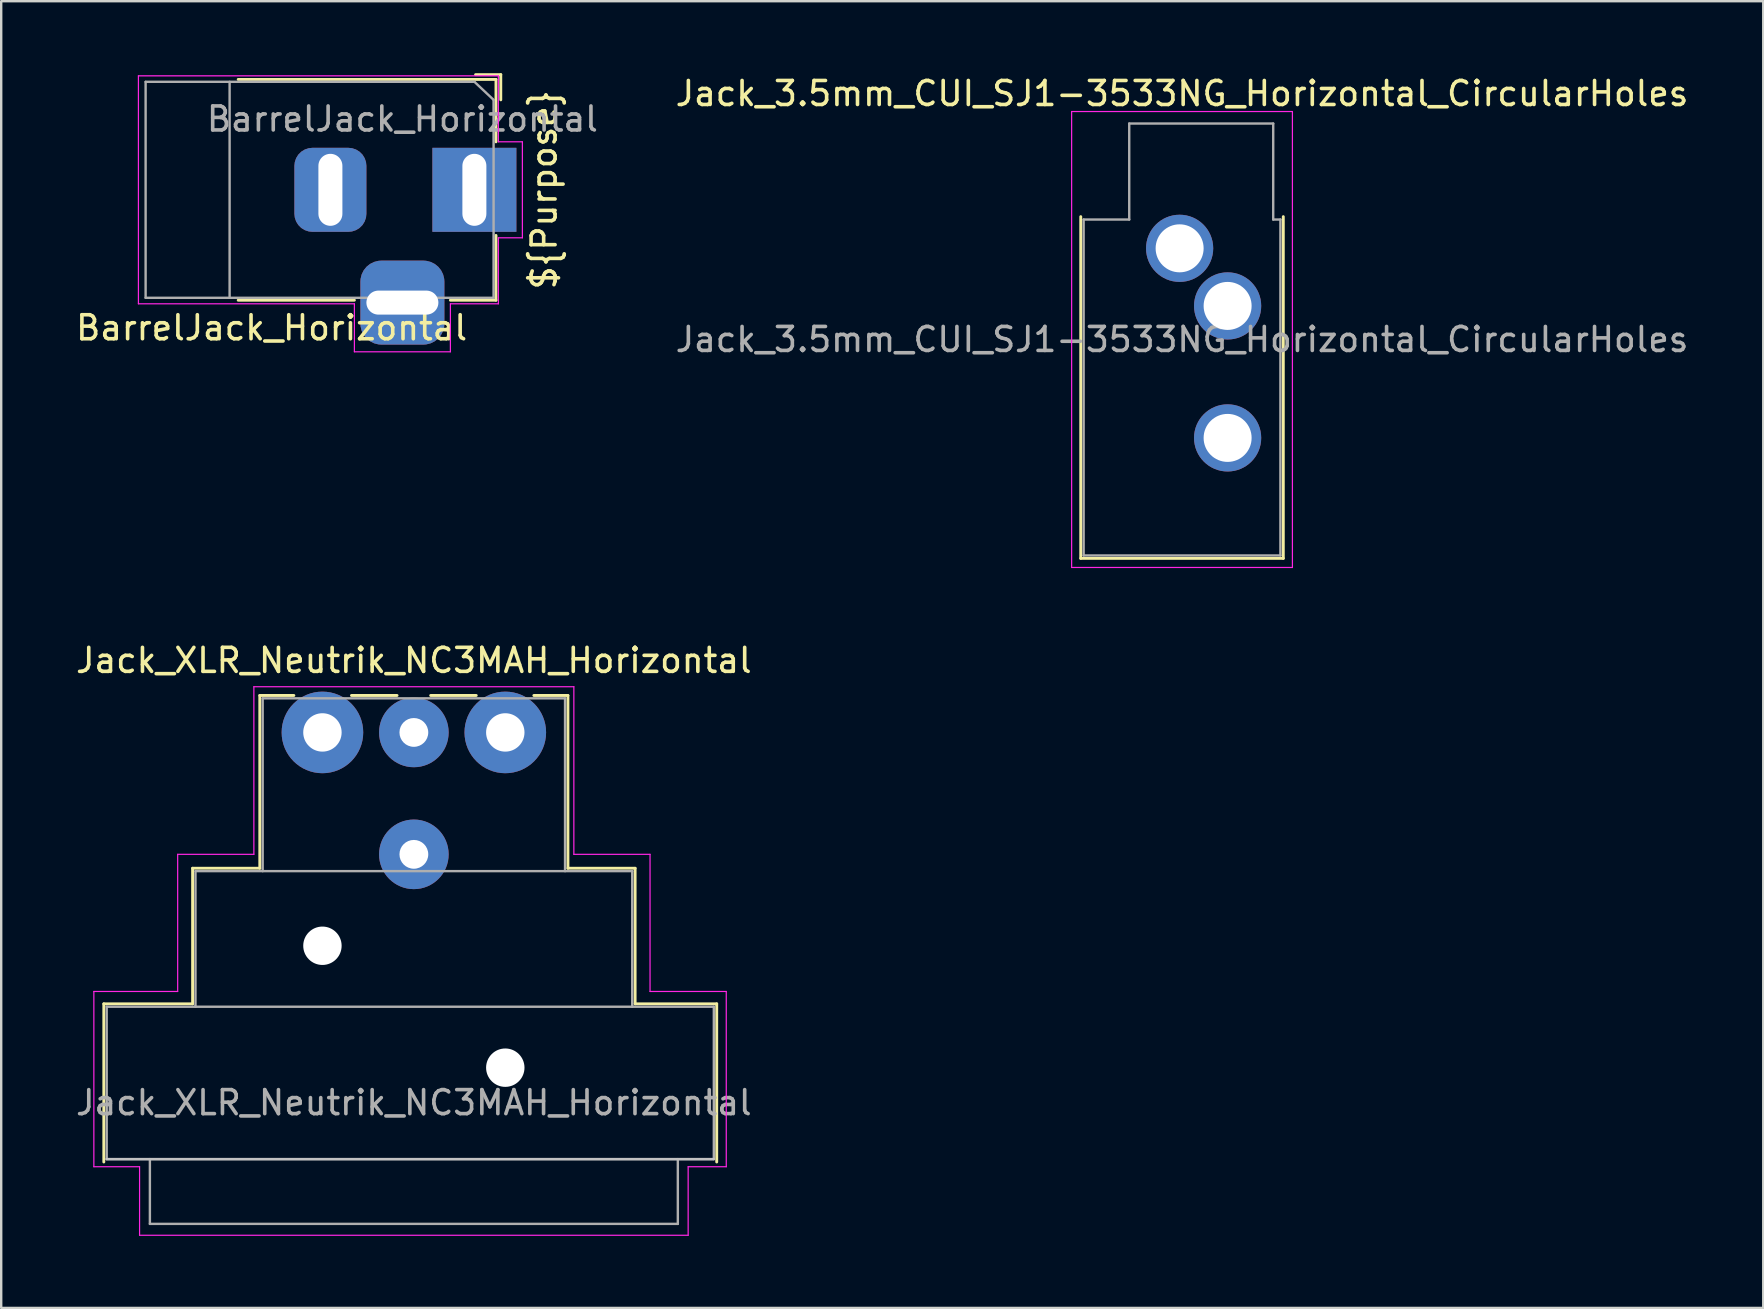
<source format=kicad_pcb>
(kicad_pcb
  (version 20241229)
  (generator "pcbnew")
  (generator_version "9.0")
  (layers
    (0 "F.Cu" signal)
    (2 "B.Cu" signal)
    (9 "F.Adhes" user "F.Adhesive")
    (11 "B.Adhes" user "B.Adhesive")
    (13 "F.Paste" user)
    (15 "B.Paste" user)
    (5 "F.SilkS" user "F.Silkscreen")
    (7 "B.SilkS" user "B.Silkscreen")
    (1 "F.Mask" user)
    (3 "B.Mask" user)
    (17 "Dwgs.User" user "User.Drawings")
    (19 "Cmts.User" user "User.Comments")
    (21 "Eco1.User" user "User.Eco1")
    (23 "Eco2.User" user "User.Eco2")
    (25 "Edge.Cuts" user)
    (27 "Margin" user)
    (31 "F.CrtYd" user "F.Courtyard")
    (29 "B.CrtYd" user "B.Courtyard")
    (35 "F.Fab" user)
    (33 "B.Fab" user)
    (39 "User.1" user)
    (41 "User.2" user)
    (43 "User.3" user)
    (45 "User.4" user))
  (footprint "BarrelJack_Horizontal"
    (layer "F.Cu")
    (at 16.718 4.86)
    (property "Reference" "BarrelJack_Horizontal" (at -8.45 5.75 0) (layer "F.SilkS") (effects (font (size 1 1) (thickness 0.15))))
    (attr through_hole)
    (fp_line (start -9.842 -4.6) (end 0.9 -4.6) (stroke (width 0.12) (type solid)) (layer "F.SilkS"))
    (fp_line (start -5 4.6) (end -9.842 4.6) (stroke (width 0.12) (type solid)) (layer "F.SilkS"))
    (fp_line (start 0.05 -4.8) (end 1.1 -4.8) (stroke (width 0.12) (type solid)) (layer "F.SilkS"))
    (fp_line (start 0.9 -4.6) (end 0.9 -2) (stroke (width 0.12) (type solid)) (layer "F.SilkS"))
    (fp_line (start 0.9 1.9) (end 0.9 4.6) (stroke (width 0.12) (type solid)) (layer "F.SilkS"))
    (fp_line (start 0.9 4.6) (end -1 4.6) (stroke (width 0.12) (type solid)) (layer "F.SilkS"))
    (fp_line (start 1.1 -3.75) (end 1.1 -4.8) (stroke (width 0.12) (type solid)) (layer "F.SilkS"))
    (fp_line (start -14 4.75) (end -14 -4.75) (stroke (width 0.05) (type solid)) (layer "F.CrtYd"))
    (fp_line (start -5 4.75) (end -14 4.75) (stroke (width 0.05) (type solid)) (layer "F.CrtYd"))
    (fp_line (start -5 6.75) (end -5 4.75) (stroke (width 0.05) (type solid)) (layer "F.CrtYd"))
    (fp_line (start -1 4.75) (end -1 6.75) (stroke (width 0.05) (type solid)) (layer "F.CrtYd"))
    (fp_line (start -1 6.75) (end -5 6.75) (stroke (width 0.05) (type solid)) (layer "F.CrtYd"))
    (fp_line (start 1 -4.75) (end -14 -4.75) (stroke (width 0.05) (type solid)) (layer "F.CrtYd"))
    (fp_line (start 1 -4.5) (end 1 -4.75) (stroke (width 0.05) (type solid)) (layer "F.CrtYd"))
    (fp_line (start 1 -4.5) (end 1 -2) (stroke (width 0.05) (type solid)) (layer "F.CrtYd"))
    (fp_line (start 1 -2) (end 2 -2) (stroke (width 0.05) (type solid)) (layer "F.CrtYd"))
    (fp_line (start 1 2) (end 1 4.75) (stroke (width 0.05) (type solid)) (layer "F.CrtYd"))
    (fp_line (start 1 4.75) (end -1 4.75) (stroke (width 0.05) (type solid)) (layer "F.CrtYd"))
    (fp_line (start 2 -2) (end 2 2) (stroke (width 0.05) (type solid)) (layer "F.CrtYd"))
    (fp_line (start 2 2) (end 1 2) (stroke (width 0.05) (type solid)) (layer "F.CrtYd"))
    (fp_line (start -13.7 -4.5) (end -13.7 4.5) (stroke (width 0.1) (type solid)) (layer "F.Fab"))
    (fp_line (start -13.7 4.5) (end 0.8 4.5) (stroke (width 0.1) (type solid)) (layer "F.Fab"))
    (fp_line (start -10.2 -4.5) (end -10.2 4.5) (stroke (width 0.1) (type solid)) (layer "F.Fab"))
    (fp_line (start -0.003 -4.505) (end 0.8 -3.75) (stroke (width 0.1) (type solid)) (layer "F.Fab"))
    (fp_line (start 0 -4.5) (end -13.7 -4.5) (stroke (width 0.1) (type solid)) (layer "F.Fab"))
    (fp_line (start 0.8 4.5) (end 0.8 -3.75) (stroke (width 0.1) (type solid)) (layer "F.Fab"))
    (fp_text user "${Purpose}" (at 3.493 0 90) (unlocked yes) (layer "F.SilkS") (effects (font (size 1 1) (thickness 0.15)) (justify bottom)))
    (fp_text user "${REFERENCE}" (at -3 -2.95 0) (layer "F.Fab") (effects (font (size 1 1) (thickness 0.15))))
    (pad "1" thru_hole rect (at 0 0) (size 3.5 3.5) (drill oval 1 3) (layers "*.Cu" "*.Mask"))
    (pad "2" thru_hole roundrect (at -6 0) (size 3 3.5) (drill oval 1 3) (layers "*.Cu" "*.Mask") (roundrect_rratio 0.25))
    (pad "3" thru_hole roundrect (at -3 4.7) (size 3.5 3.5) (drill oval 3 1) (layers "*.Cu" "*.Mask") (roundrect_rratio 0.25)))
  (footprint "Jack_XLR_Neutrik_NC3MAH_Horizontal"
    (layer "F.Cu")
    (at 10.386 27.471)
    (property "Reference" "Jack_XLR_Neutrik_NC3MAH_Horizontal" (at 3.81 -3 0) (layer "F.SilkS") (effects (font (size 1 1) (thickness 0.15))))
    (attr through_hole)
    (fp_line (start -9.11 11.31) (end -5.41 11.31) (stroke (width 0.12) (type solid)) (layer "F.SilkS"))
    (fp_line (start -9.11 17.9) (end -9.11 11.31) (stroke (width 0.12) (type solid)) (layer "F.SilkS"))
    (fp_line (start -5.41 11.31) (end -5.41 5.66) (stroke (width 0.12) (type solid)) (layer "F.SilkS"))
    (fp_line (start -2.61 5.66) (end -5.41 5.66) (stroke (width 0.12) (type solid)) (layer "F.SilkS"))
    (fp_line (start -2.61 5.66) (end -2.61 -1.54) (stroke (width 0.12) (type solid)) (layer "F.SilkS"))
    (fp_line (start -1.19 -1.54) (end -2.61 -1.54) (stroke (width 0.12) (type solid)) (layer "F.SilkS"))
    (fp_line (start 3.11 -1.54) (end 1.21 -1.54) (stroke (width 0.12) (type solid)) (layer "F.SilkS"))
    (fp_line (start 4.51 -1.54) (end 6.41 -1.54) (stroke (width 0.12) (type solid)) (layer "F.SilkS"))
    (fp_line (start 10.23 -1.54) (end 8.81 -1.54) (stroke (width 0.12) (type solid)) (layer "F.SilkS"))
    (fp_line (start 10.23 5.66) (end 10.23 -1.54) (stroke (width 0.12) (type solid)) (layer "F.SilkS"))
    (fp_line (start 10.23 5.66) (end 13.03 5.66) (stroke (width 0.12) (type solid)) (layer "F.SilkS"))
    (fp_line (start 13.03 11.31) (end 13.03 5.66) (stroke (width 0.12) (type solid)) (layer "F.SilkS"))
    (fp_line (start 13.03 11.31) (end 16.43 11.31) (stroke (width 0.12) (type solid)) (layer "F.SilkS"))
    (fp_line (start 16.43 17.9) (end 16.43 11.31) (stroke (width 0.12) (type solid)) (layer "F.SilkS"))
    (fp_line (start 16.31 17.78) (end -8.99 17.78) (stroke (width 0.1) (type solid)) (layer "Dwgs.User"))
    (fp_line (start -9.525 10.795) (end -6.032 10.795) (stroke (width 0.05) (type default)) (layer "F.CrtYd"))
    (fp_line (start -9.525 18.098) (end -9.525 10.795) (stroke (width 0.05) (type default)) (layer "F.CrtYd"))
    (fp_line (start -7.62 18.098) (end -9.525 18.098) (stroke (width 0.05) (type default)) (layer "F.CrtYd"))
    (fp_line (start -7.62 20.955) (end -7.62 18.098) (stroke (width 0.05) (type default)) (layer "F.CrtYd"))
    (fp_line (start -6.032 5.08) (end -2.857 5.08) (stroke (width 0.05) (type default)) (layer "F.CrtYd"))
    (fp_line (start -6.032 10.795) (end -6.032 5.08) (stroke (width 0.05) (type default)) (layer "F.CrtYd"))
    (fp_line (start -2.857 -1.905) (end 10.477 -1.905) (stroke (width 0.05) (type default)) (layer "F.CrtYd"))
    (fp_line (start -2.857 5.08) (end -2.857 -1.905) (stroke (width 0.05) (type default)) (layer "F.CrtYd"))
    (fp_line (start 10.477 -1.905) (end 10.477 5.08) (stroke (width 0.05) (type default)) (layer "F.CrtYd"))
    (fp_line (start 10.477 5.08) (end 13.652 5.08) (stroke (width 0.05) (type default)) (layer "F.CrtYd"))
    (fp_line (start 13.652 5.08) (end 13.652 10.795) (stroke (width 0.05) (type default)) (layer "F.CrtYd"))
    (fp_line (start 13.652 10.795) (end 16.828 10.795) (stroke (width 0.05) (type default)) (layer "F.CrtYd"))
    (fp_line (start 15.24 18.098) (end 15.24 20.955) (stroke (width 0.05) (type default)) (layer "F.CrtYd"))
    (fp_line (start 15.24 20.955) (end -7.62 20.955) (stroke (width 0.05) (type default)) (layer "F.CrtYd"))
    (fp_line (start 16.828 10.795) (end 16.828 18.098) (stroke (width 0.05) (type default)) (layer "F.CrtYd"))
    (fp_line (start 16.828 18.098) (end 15.24 18.098) (stroke (width 0.05) (type default)) (layer "F.CrtYd"))
    (fp_line (start -8.99 11.43) (end 16.31 11.43) (stroke (width 0.1) (type solid)) (layer "F.Fab"))
    (fp_line (start -8.99 17.78) (end -8.99 11.43) (stroke (width 0.1) (type solid)) (layer "F.Fab"))
    (fp_line (start -7.19 20.48) (end -7.19 17.78) (stroke (width 0.1) (type solid)) (layer "F.Fab"))
    (fp_line (start -5.29 5.78) (end -5.29 11.43) (stroke (width 0.1) (type solid)) (layer "F.Fab"))
    (fp_line (start -5.29 5.78) (end 12.91 5.78) (stroke (width 0.1) (type solid)) (layer "F.Fab"))
    (fp_line (start -2.49 5.78) (end -2.49 -1.42) (stroke (width 0.1) (type solid)) (layer "F.Fab"))
    (fp_line (start 10.11 -1.42) (end -2.49 -1.42) (stroke (width 0.1) (type solid)) (layer "F.Fab"))
    (fp_line (start 10.11 5.78) (end 10.11 -1.42) (stroke (width 0.1) (type solid)) (layer "F.Fab"))
    (fp_line (start 12.91 11.43) (end 12.91 5.78) (stroke (width 0.1) (type solid)) (layer "F.Fab"))
    (fp_line (start 14.81 17.78) (end 14.81 20.48) (stroke (width 0.1) (type solid)) (layer "F.Fab"))
    (fp_line (start 14.81 20.48) (end -7.19 20.48) (stroke (width 0.1) (type solid)) (layer "F.Fab"))
    (fp_line (start 16.31 11.43) (end 16.31 17.78) (stroke (width 0.1) (type solid)) (layer "F.Fab"))
    (fp_line (start 16.31 17.78) (end -8.99 17.78) (stroke (width 0.1) (type solid)) (layer "F.Fab"))
    (fp_text user "${REFERENCE}" (at 3.81 15.43 0) (layer "F.Fab") (effects (font (size 1 1) (thickness 0.15))))
    (pad "" np_thru_hole circle (at 0 8.89) (size 1.6 1.6) (drill 1.6) (layers "*.Cu" "*.Mask"))
    (pad "" np_thru_hole circle (at 7.62 13.97) (size 1.6 1.6) (drill 1.6) (layers "*.Cu" "*.Mask"))
    (pad "1" thru_hole circle (at 0 0) (size 3.4 3.4) (drill 1.6) (layers "*.Cu" "*.Mask"))
    (pad "2" thru_hole circle (at 7.62 0) (size 3.4 3.4) (drill 1.6) (layers "*.Cu" "*.Mask"))
    (pad "3" thru_hole circle (at 3.81 0) (size 2.9 2.9) (drill 1.2) (layers "*.Cu" "*.Mask"))
    (pad "G" thru_hole circle (at 3.81 5.08) (size 2.9 2.9) (drill 1.2) (layers "*.Cu" "*.Mask")))
  (footprint "Jack_3.5mm_CUI_SJ1-3533NG_Horizontal_CircularHoles"
    (layer "F.Cu")
    (at 46.106 7.298)
    (property "Reference" "Jack_3.5mm_CUI_SJ1-3533NG_Horizontal_CircularHoles" (at 0.1 -6.45 0) (layer "F.SilkS") (effects (font (size 1 1) (thickness 0.15))))
    (attr through_hole)
    (fp_line (start -4.12 12.92) (end -4.12 -1.32) (stroke (width 0.12) (type solid)) (layer "F.SilkS"))
    (fp_line (start 4.32 -1.32) (end 4.32 12.92) (stroke (width 0.12) (type solid)) (layer "F.SilkS"))
    (fp_line (start 4.32 12.92) (end -4.12 12.92) (stroke (width 0.12) (type solid)) (layer "F.SilkS"))
    (fp_line (start -4.5 -5.7) (end -4.5 13.3) (stroke (width 0.05) (type solid)) (layer "F.CrtYd"))
    (fp_line (start -4.5 13.3) (end 4.7 13.3) (stroke (width 0.05) (type solid)) (layer "F.CrtYd"))
    (fp_line (start 4.7 -5.7) (end -4.5 -5.7) (stroke (width 0.05) (type solid)) (layer "F.CrtYd"))
    (fp_line (start 4.7 13.3) (end 4.7 -5.7) (stroke (width 0.05) (type solid)) (layer "F.CrtYd"))
    (fp_line (start -4 -1.2) (end -2.1 -1.2) (stroke (width 0.1) (type solid)) (layer "F.Fab"))
    (fp_line (start -4 12.8) (end -4 -1.2) (stroke (width 0.1) (type solid)) (layer "F.Fab"))
    (fp_line (start -2.1 -5.2) (end 3.9 -5.2) (stroke (width 0.1) (type solid)) (layer "F.Fab"))
    (fp_line (start -2.1 -1.2) (end -2.1 -5.2) (stroke (width 0.1) (type solid)) (layer "F.Fab"))
    (fp_line (start 3.9 -5.2) (end 3.9 -1.2) (stroke (width 0.1) (type solid)) (layer "F.Fab"))
    (fp_line (start 3.9 -1.2) (end 4.2 -1.2) (stroke (width 0.1) (type solid)) (layer "F.Fab"))
    (fp_line (start 4.2 -1.2) (end 4.2 12.8) (stroke (width 0.1) (type solid)) (layer "F.Fab"))
    (fp_line (start 4.2 12.8) (end -4 12.8) (stroke (width 0.1) (type solid)) (layer "F.Fab"))
    (fp_text user "${REFERENCE}" (at 0.1 3.8 0) (layer "F.Fab") (effects (font (size 1 1) (thickness 0.15))))
    (pad "R" thru_hole circle (at 2 7.9) (size 2.8 2.8) (drill 2) (layers "*.Cu" "*.Mask"))
    (pad "S" thru_hole circle (at 0 0) (size 2.8 2.8) (drill 2) (layers "*.Cu" "*.Mask"))
    (pad "T" thru_hole circle (at 2 2.4) (size 2.8 2.8) (drill 2) (layers "*.Cu" "*.Mask")))
  (gr_rect
    (start -3 -3)
    (end 70.426 51.452)
    (stroke (width 0.1) (type default))
    (fill no)
    (layer "Edge.Cuts")))
</source>
